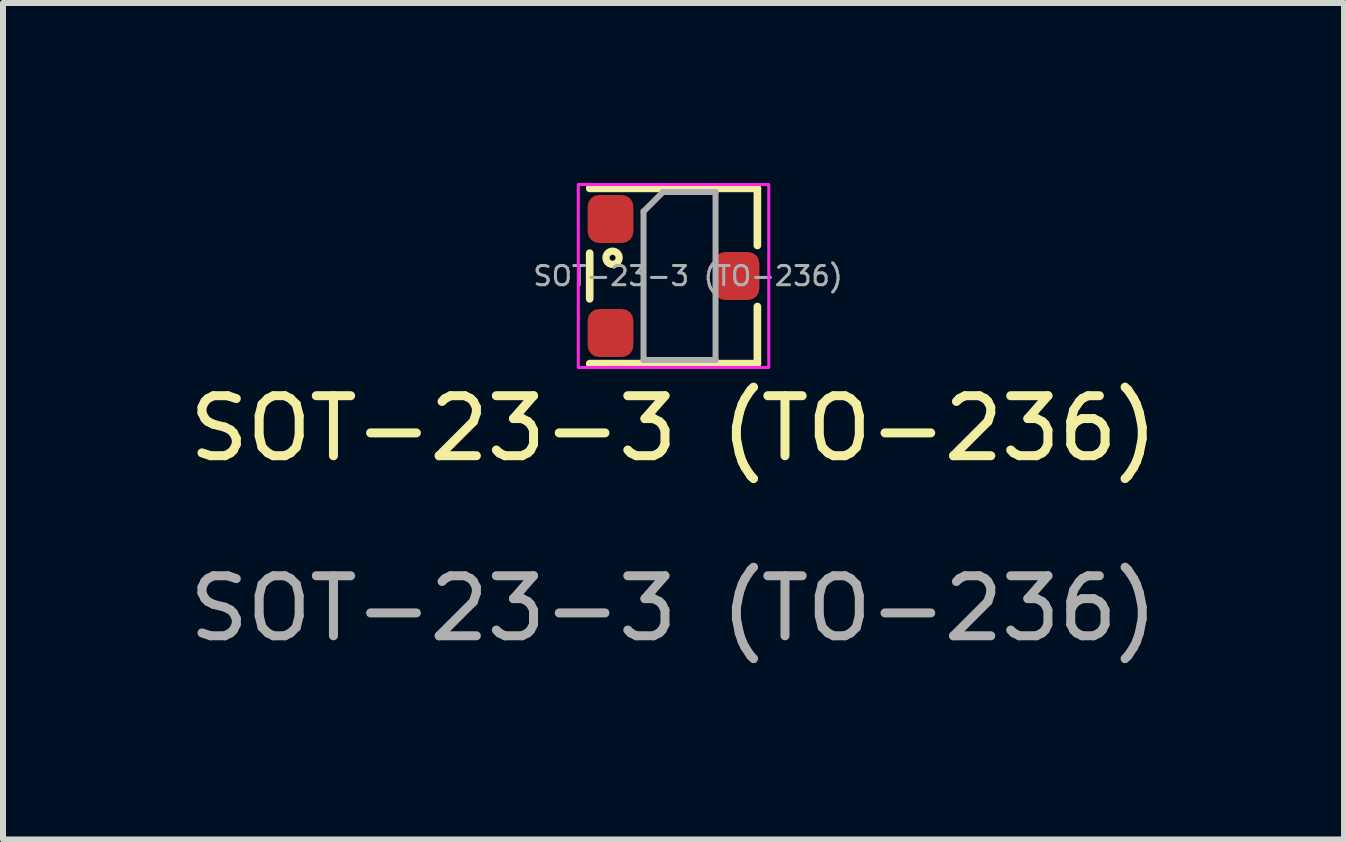
<source format=kicad_pcb>
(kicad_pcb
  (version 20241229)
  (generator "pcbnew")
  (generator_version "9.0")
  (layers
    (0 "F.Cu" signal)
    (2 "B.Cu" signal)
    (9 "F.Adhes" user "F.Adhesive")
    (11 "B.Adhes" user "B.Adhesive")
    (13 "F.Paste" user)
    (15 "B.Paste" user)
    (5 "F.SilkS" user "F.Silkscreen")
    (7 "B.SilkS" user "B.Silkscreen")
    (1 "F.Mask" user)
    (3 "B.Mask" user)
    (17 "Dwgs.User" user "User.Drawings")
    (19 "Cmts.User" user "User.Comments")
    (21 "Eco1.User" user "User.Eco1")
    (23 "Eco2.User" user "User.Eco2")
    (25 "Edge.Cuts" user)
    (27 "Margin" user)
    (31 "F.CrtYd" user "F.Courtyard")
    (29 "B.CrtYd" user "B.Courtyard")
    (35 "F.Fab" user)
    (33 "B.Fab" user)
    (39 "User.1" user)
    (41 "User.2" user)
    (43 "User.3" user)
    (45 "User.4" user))
  (footprint "SOT-23-3 (TO-236)"
    (layer "F.Cu")
    (at 8.173 1.549)
    (property "Reference" "SOT-23-3 (TO-236)" (at 0 2.54 0) (layer "F.SilkS") (effects (font (size 1 1) (thickness 0.15))))
    (fp_line (start -1.397 -1.46) (end 1.397 -1.46) (stroke (width 0.127) (type default)) (layer "F.SilkS"))
    (fp_line (start -1.397 -0.381) (end -1.397 0.381) (stroke (width 0.127) (type default)) (layer "F.SilkS"))
    (fp_line (start -1.397 1.46) (end 1.397 1.46) (stroke (width 0.127) (type default)) (layer "F.SilkS"))
    (fp_line (start 1.397 -1.46) (end 1.397 -0.508) (stroke (width 0.127) (type default)) (layer "F.SilkS"))
    (fp_line (start 1.397 0.508) (end 1.397 1.46) (stroke (width 0.127) (type default)) (layer "F.SilkS"))
    (fp_circle (center -1.016 -0.304) (end -0.966 -0.304) (stroke (width 0.12) (type solid)) (fill no) (layer "F.SilkS"))
    (fp_rect (start -1.587 -1.524) (end 1.587 1.524) (stroke (width 0.051) (type default)) (fill no) (layer "F.CrtYd"))
    (fp_line (start -0.5 -1.075) (end -0.175 -1.4) (stroke (width 0.1) (type solid)) (layer "F.Fab"))
    (fp_line (start -0.5 1.4) (end -0.5 -1.075) (stroke (width 0.1) (type solid)) (layer "F.Fab"))
    (fp_line (start -0.175 -1.4) (end 0.7 -1.4) (stroke (width 0.1) (type solid)) (layer "F.Fab"))
    (fp_line (start 0.7 -1.4) (end 0.7 1.4) (stroke (width 0.1) (type solid)) (layer "F.Fab"))
    (fp_line (start 0.7 1.4) (end -0.5 1.4) (stroke (width 0.1) (type solid)) (layer "F.Fab"))
    (fp_text user "${REFERENCE}" (at 0.242 0 0) (layer "F.Fab") (effects (font (size 0.32 0.32) (thickness 0.05))))
    (fp_text user "${REFERENCE}" (at 0 5.54 0) (unlocked yes) (layer "F.Fab") (effects (font (size 1 1) (thickness 0.15))))
    (pad "1" smd roundrect (at -1.05 -0.95) (size 0.762 0.8) (layers "F.Cu" "F.Mask" "F.Paste") (roundrect_rratio 0.25))
    (pad "2" smd roundrect (at -1.05 0.95) (size 0.762 0.8) (layers "F.Cu" "F.Mask" "F.Paste") (roundrect_rratio 0.25))
    (pad "3" smd roundrect (at 1.05 0) (size 0.762 0.8) (layers "F.Cu" "F.Mask" "F.Paste") (roundrect_rratio 0.25)))
  (gr_rect
    (start -3 -3)
    (end 19.345 10.938)
    (stroke (width 0.1) (type default))
    (fill no)
    (layer "Edge.Cuts")))
</source>
